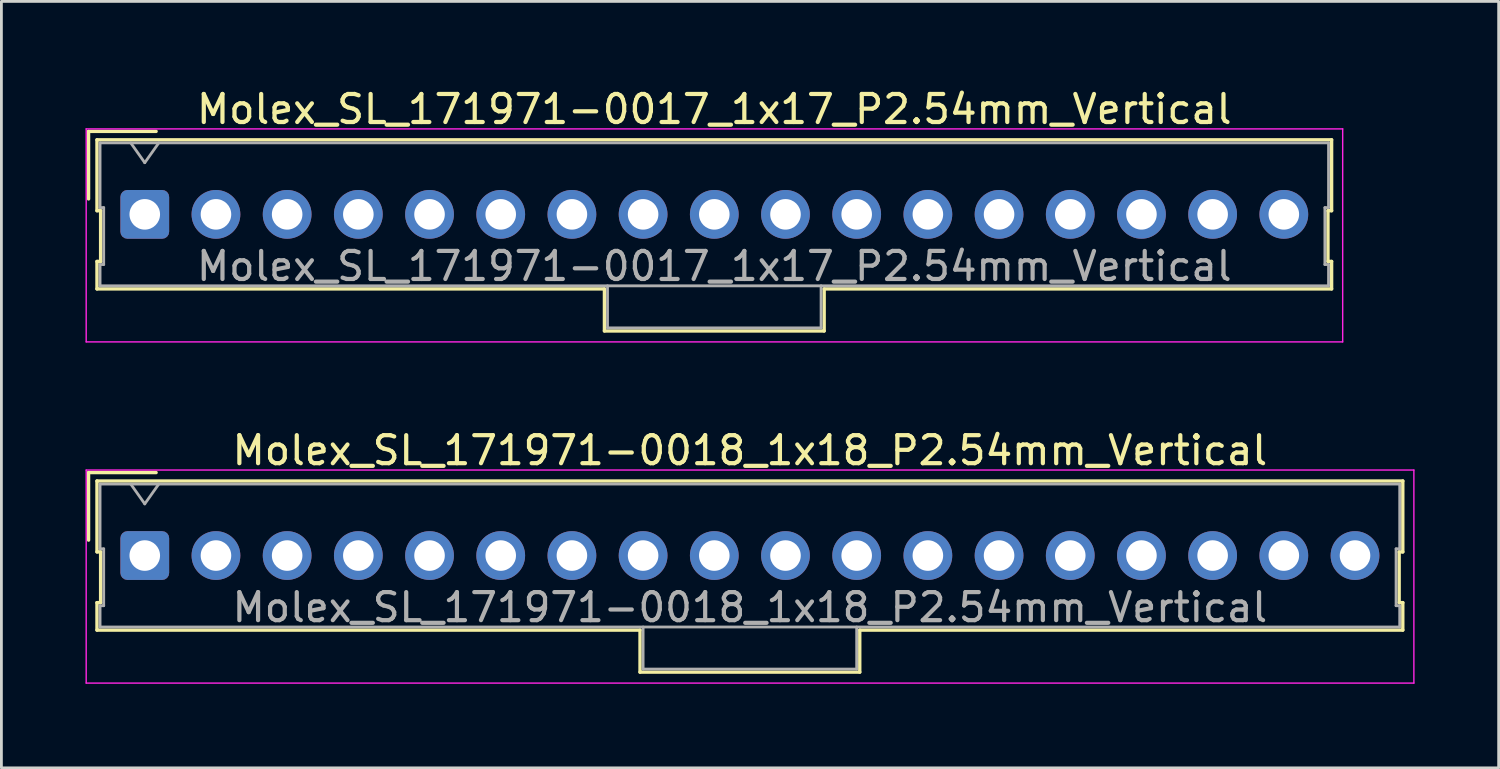
<source format=kicad_pcb>
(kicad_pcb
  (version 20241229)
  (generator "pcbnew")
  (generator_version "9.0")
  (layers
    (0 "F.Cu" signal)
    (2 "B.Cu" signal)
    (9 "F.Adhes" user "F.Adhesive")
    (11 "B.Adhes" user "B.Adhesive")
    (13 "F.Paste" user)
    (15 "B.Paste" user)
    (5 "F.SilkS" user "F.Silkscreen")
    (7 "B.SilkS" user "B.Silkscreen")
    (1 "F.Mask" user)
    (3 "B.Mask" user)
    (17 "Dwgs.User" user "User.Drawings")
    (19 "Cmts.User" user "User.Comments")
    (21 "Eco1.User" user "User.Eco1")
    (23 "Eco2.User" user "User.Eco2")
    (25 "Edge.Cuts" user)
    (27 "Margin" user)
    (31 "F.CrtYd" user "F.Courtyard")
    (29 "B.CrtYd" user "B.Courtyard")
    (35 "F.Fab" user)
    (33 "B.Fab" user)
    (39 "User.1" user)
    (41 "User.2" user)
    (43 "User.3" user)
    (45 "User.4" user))
  (footprint "Molex_SL_171971-0017_1x17_P2.54mm_Vertical"
    (layer "F.Cu")
    (at 2.115 4.598)
    (property "Reference" "Molex_SL_171971-0017_1x17_P2.54mm_Vertical" (at 20.32 -3.75 0) (layer "F.SilkS") (effects (font (size 1 1) (thickness 0.15))))
    (attr through_hole)
    (fp_line (start -2.005 -2.96) (end 0.405 -2.96) (stroke (width 0.12) (type solid)) (layer "F.SilkS"))
    (fp_line (start -2.005 -0.55) (end -2.005 -2.96) (stroke (width 0.12) (type solid)) (layer "F.SilkS"))
    (fp_line (start -1.705 -2.66) (end -1.705 -0.13) (stroke (width 0.12) (type solid)) (layer "F.SilkS"))
    (fp_line (start -1.705 -0.13) (end -1.575 -0.13) (stroke (width 0.12) (type solid)) (layer "F.SilkS"))
    (fp_line (start -1.705 1.68) (end -1.705 2.66) (stroke (width 0.12) (type solid)) (layer "F.SilkS"))
    (fp_line (start -1.705 2.66) (end 16.4 2.66) (stroke (width 0.12) (type solid)) (layer "F.SilkS"))
    (fp_line (start -1.575 -0.13) (end -1.575 1.68) (stroke (width 0.12) (type solid)) (layer "F.SilkS"))
    (fp_line (start -1.575 1.68) (end -1.705 1.68) (stroke (width 0.12) (type solid)) (layer "F.SilkS"))
    (fp_line (start 16.4 2.66) (end 16.4 4.16) (stroke (width 0.12) (type solid)) (layer "F.SilkS"))
    (fp_line (start 16.4 4.16) (end 24.24 4.16) (stroke (width 0.12) (type solid)) (layer "F.SilkS"))
    (fp_line (start 24.24 2.66) (end 42.345 2.66) (stroke (width 0.12) (type solid)) (layer "F.SilkS"))
    (fp_line (start 24.24 4.16) (end 24.24 2.66) (stroke (width 0.12) (type solid)) (layer "F.SilkS"))
    (fp_line (start 42.215 -0.13) (end 42.345 -0.13) (stroke (width 0.12) (type solid)) (layer "F.SilkS"))
    (fp_line (start 42.215 1.68) (end 42.215 -0.13) (stroke (width 0.12) (type solid)) (layer "F.SilkS"))
    (fp_line (start 42.345 -2.66) (end -1.705 -2.66) (stroke (width 0.12) (type solid)) (layer "F.SilkS"))
    (fp_line (start 42.345 -0.13) (end 42.345 -2.66) (stroke (width 0.12) (type solid)) (layer "F.SilkS"))
    (fp_line (start 42.345 1.68) (end 42.215 1.68) (stroke (width 0.12) (type solid)) (layer "F.SilkS"))
    (fp_line (start 42.345 2.66) (end 42.345 1.68) (stroke (width 0.12) (type solid)) (layer "F.SilkS"))
    (fp_line (start -2.09 -3.05) (end -2.09 4.55) (stroke (width 0.05) (type solid)) (layer "F.CrtYd"))
    (fp_line (start -2.09 4.55) (end 42.74 4.55) (stroke (width 0.05) (type solid)) (layer "F.CrtYd"))
    (fp_line (start 42.74 -3.05) (end -2.09 -3.05) (stroke (width 0.05) (type solid)) (layer "F.CrtYd"))
    (fp_line (start 42.74 4.55) (end 42.74 -3.05) (stroke (width 0.05) (type solid)) (layer "F.CrtYd"))
    (fp_line (start -1.595 -2.55) (end -1.595 -0.24) (stroke (width 0.1) (type solid)) (layer "F.Fab"))
    (fp_line (start -1.595 -0.24) (end -1.465 -0.24) (stroke (width 0.1) (type solid)) (layer "F.Fab"))
    (fp_line (start -1.595 1.79) (end -1.595 2.55) (stroke (width 0.1) (type solid)) (layer "F.Fab"))
    (fp_line (start -1.595 2.55) (end 42.235 2.55) (stroke (width 0.1) (type solid)) (layer "F.Fab"))
    (fp_line (start -1.465 -0.24) (end -1.465 1.79) (stroke (width 0.1) (type solid)) (layer "F.Fab"))
    (fp_line (start -1.465 1.79) (end -1.595 1.79) (stroke (width 0.1) (type solid)) (layer "F.Fab"))
    (fp_line (start 0 -1.843) (end -0.5 -2.55) (stroke (width 0.1) (type solid)) (layer "F.Fab"))
    (fp_line (start 0.5 -2.55) (end 0 -1.843) (stroke (width 0.1) (type solid)) (layer "F.Fab"))
    (fp_line (start 16.51 2.55) (end 16.51 4.05) (stroke (width 0.1) (type solid)) (layer "F.Fab"))
    (fp_line (start 16.51 4.05) (end 24.13 4.05) (stroke (width 0.1) (type solid)) (layer "F.Fab"))
    (fp_line (start 24.13 4.05) (end 24.13 2.55) (stroke (width 0.1) (type solid)) (layer "F.Fab"))
    (fp_line (start 42.105 -0.24) (end 42.235 -0.24) (stroke (width 0.1) (type solid)) (layer "F.Fab"))
    (fp_line (start 42.105 1.79) (end 42.105 -0.24) (stroke (width 0.1) (type solid)) (layer "F.Fab"))
    (fp_line (start 42.235 -2.55) (end -1.595 -2.55) (stroke (width 0.1) (type solid)) (layer "F.Fab"))
    (fp_line (start 42.235 -0.24) (end 42.235 -2.55) (stroke (width 0.1) (type solid)) (layer "F.Fab"))
    (fp_line (start 42.235 1.79) (end 42.105 1.79) (stroke (width 0.1) (type solid)) (layer "F.Fab"))
    (fp_line (start 42.235 2.55) (end 42.235 1.79) (stroke (width 0.1) (type solid)) (layer "F.Fab"))
    (fp_text user "${REFERENCE}" (at 20.32 1.85 0) (layer "F.Fab") (effects (font (size 1 1) (thickness 0.15))))
    (pad "1" thru_hole roundrect (at 0 0) (size 1.74 1.74) (drill 1.09) (layers "*.Cu" "*.Mask") (roundrect_rratio 0.144))
    (pad "2" thru_hole circle (at 2.54 0) (size 1.74 1.74) (drill 1.09) (layers "*.Cu" "*.Mask"))
    (pad "3" thru_hole circle (at 5.08 0) (size 1.74 1.74) (drill 1.09) (layers "*.Cu" "*.Mask"))
    (pad "4" thru_hole circle (at 7.62 0) (size 1.74 1.74) (drill 1.09) (layers "*.Cu" "*.Mask"))
    (pad "5" thru_hole circle (at 10.16 0) (size 1.74 1.74) (drill 1.09) (layers "*.Cu" "*.Mask"))
    (pad "6" thru_hole circle (at 12.7 0) (size 1.74 1.74) (drill 1.09) (layers "*.Cu" "*.Mask"))
    (pad "7" thru_hole circle (at 15.24 0) (size 1.74 1.74) (drill 1.09) (layers "*.Cu" "*.Mask"))
    (pad "8" thru_hole circle (at 17.78 0) (size 1.74 1.74) (drill 1.09) (layers "*.Cu" "*.Mask"))
    (pad "9" thru_hole circle (at 20.32 0) (size 1.74 1.74) (drill 1.09) (layers "*.Cu" "*.Mask"))
    (pad "10" thru_hole circle (at 22.86 0) (size 1.74 1.74) (drill 1.09) (layers "*.Cu" "*.Mask"))
    (pad "11" thru_hole circle (at 25.4 0) (size 1.74 1.74) (drill 1.09) (layers "*.Cu" "*.Mask"))
    (pad "12" thru_hole circle (at 27.94 0) (size 1.74 1.74) (drill 1.09) (layers "*.Cu" "*.Mask"))
    (pad "13" thru_hole circle (at 30.48 0) (size 1.74 1.74) (drill 1.09) (layers "*.Cu" "*.Mask"))
    (pad "14" thru_hole circle (at 33.02 0) (size 1.74 1.74) (drill 1.09) (layers "*.Cu" "*.Mask"))
    (pad "15" thru_hole circle (at 35.56 0) (size 1.74 1.74) (drill 1.09) (layers "*.Cu" "*.Mask"))
    (pad "16" thru_hole circle (at 38.1 0) (size 1.74 1.74) (drill 1.09) (layers "*.Cu" "*.Mask"))
    (pad "17" thru_hole circle (at 40.64 0) (size 1.74 1.74) (drill 1.09) (layers "*.Cu" "*.Mask")))
  (footprint "Molex_SL_171971-0018_1x18_P2.54mm_Vertical"
    (layer "F.Cu")
    (at 2.115 16.771)
    (property "Reference" "Molex_SL_171971-0018_1x18_P2.54mm_Vertical" (at 21.59 -3.75 0) (layer "F.SilkS") (effects (font (size 1 1) (thickness 0.15))))
    (attr through_hole)
    (fp_line (start -2.005 -2.96) (end 0.405 -2.96) (stroke (width 0.12) (type solid)) (layer "F.SilkS"))
    (fp_line (start -2.005 -0.55) (end -2.005 -2.96) (stroke (width 0.12) (type solid)) (layer "F.SilkS"))
    (fp_line (start -1.705 -2.66) (end -1.705 -0.13) (stroke (width 0.12) (type solid)) (layer "F.SilkS"))
    (fp_line (start -1.705 -0.13) (end -1.575 -0.13) (stroke (width 0.12) (type solid)) (layer "F.SilkS"))
    (fp_line (start -1.705 1.68) (end -1.705 2.66) (stroke (width 0.12) (type solid)) (layer "F.SilkS"))
    (fp_line (start -1.705 2.66) (end 17.67 2.66) (stroke (width 0.12) (type solid)) (layer "F.SilkS"))
    (fp_line (start -1.575 -0.13) (end -1.575 1.68) (stroke (width 0.12) (type solid)) (layer "F.SilkS"))
    (fp_line (start -1.575 1.68) (end -1.705 1.68) (stroke (width 0.12) (type solid)) (layer "F.SilkS"))
    (fp_line (start 17.67 2.66) (end 17.67 4.16) (stroke (width 0.12) (type solid)) (layer "F.SilkS"))
    (fp_line (start 17.67 4.16) (end 25.51 4.16) (stroke (width 0.12) (type solid)) (layer "F.SilkS"))
    (fp_line (start 25.51 2.66) (end 44.885 2.66) (stroke (width 0.12) (type solid)) (layer "F.SilkS"))
    (fp_line (start 25.51 4.16) (end 25.51 2.66) (stroke (width 0.12) (type solid)) (layer "F.SilkS"))
    (fp_line (start 44.755 -0.13) (end 44.885 -0.13) (stroke (width 0.12) (type solid)) (layer "F.SilkS"))
    (fp_line (start 44.755 1.68) (end 44.755 -0.13) (stroke (width 0.12) (type solid)) (layer "F.SilkS"))
    (fp_line (start 44.885 -2.66) (end -1.705 -2.66) (stroke (width 0.12) (type solid)) (layer "F.SilkS"))
    (fp_line (start 44.885 -0.13) (end 44.885 -2.66) (stroke (width 0.12) (type solid)) (layer "F.SilkS"))
    (fp_line (start 44.885 1.68) (end 44.755 1.68) (stroke (width 0.12) (type solid)) (layer "F.SilkS"))
    (fp_line (start 44.885 2.66) (end 44.885 1.68) (stroke (width 0.12) (type solid)) (layer "F.SilkS"))
    (fp_line (start -2.09 -3.05) (end -2.09 4.55) (stroke (width 0.05) (type solid)) (layer "F.CrtYd"))
    (fp_line (start -2.09 4.55) (end 45.28 4.55) (stroke (width 0.05) (type solid)) (layer "F.CrtYd"))
    (fp_line (start 45.28 -3.05) (end -2.09 -3.05) (stroke (width 0.05) (type solid)) (layer "F.CrtYd"))
    (fp_line (start 45.28 4.55) (end 45.28 -3.05) (stroke (width 0.05) (type solid)) (layer "F.CrtYd"))
    (fp_line (start -1.595 -2.55) (end -1.595 -0.24) (stroke (width 0.1) (type solid)) (layer "F.Fab"))
    (fp_line (start -1.595 -0.24) (end -1.465 -0.24) (stroke (width 0.1) (type solid)) (layer "F.Fab"))
    (fp_line (start -1.595 1.79) (end -1.595 2.55) (stroke (width 0.1) (type solid)) (layer "F.Fab"))
    (fp_line (start -1.595 2.55) (end 44.775 2.55) (stroke (width 0.1) (type solid)) (layer "F.Fab"))
    (fp_line (start -1.465 -0.24) (end -1.465 1.79) (stroke (width 0.1) (type solid)) (layer "F.Fab"))
    (fp_line (start -1.465 1.79) (end -1.595 1.79) (stroke (width 0.1) (type solid)) (layer "F.Fab"))
    (fp_line (start 0 -1.843) (end -0.5 -2.55) (stroke (width 0.1) (type solid)) (layer "F.Fab"))
    (fp_line (start 0.5 -2.55) (end 0 -1.843) (stroke (width 0.1) (type solid)) (layer "F.Fab"))
    (fp_line (start 17.78 2.55) (end 17.78 4.05) (stroke (width 0.1) (type solid)) (layer "F.Fab"))
    (fp_line (start 17.78 4.05) (end 25.4 4.05) (stroke (width 0.1) (type solid)) (layer "F.Fab"))
    (fp_line (start 25.4 4.05) (end 25.4 2.55) (stroke (width 0.1) (type solid)) (layer "F.Fab"))
    (fp_line (start 44.645 -0.24) (end 44.775 -0.24) (stroke (width 0.1) (type solid)) (layer "F.Fab"))
    (fp_line (start 44.645 1.79) (end 44.645 -0.24) (stroke (width 0.1) (type solid)) (layer "F.Fab"))
    (fp_line (start 44.775 -2.55) (end -1.595 -2.55) (stroke (width 0.1) (type solid)) (layer "F.Fab"))
    (fp_line (start 44.775 -0.24) (end 44.775 -2.55) (stroke (width 0.1) (type solid)) (layer "F.Fab"))
    (fp_line (start 44.775 1.79) (end 44.645 1.79) (stroke (width 0.1) (type solid)) (layer "F.Fab"))
    (fp_line (start 44.775 2.55) (end 44.775 1.79) (stroke (width 0.1) (type solid)) (layer "F.Fab"))
    (fp_text user "${REFERENCE}" (at 21.59 1.85 0) (layer "F.Fab") (effects (font (size 1 1) (thickness 0.15))))
    (pad "1" thru_hole roundrect (at 0 0) (size 1.74 1.74) (drill 1.09) (layers "*.Cu" "*.Mask") (roundrect_rratio 0.144))
    (pad "2" thru_hole circle (at 2.54 0) (size 1.74 1.74) (drill 1.09) (layers "*.Cu" "*.Mask"))
    (pad "3" thru_hole circle (at 5.08 0) (size 1.74 1.74) (drill 1.09) (layers "*.Cu" "*.Mask"))
    (pad "4" thru_hole circle (at 7.62 0) (size 1.74 1.74) (drill 1.09) (layers "*.Cu" "*.Mask"))
    (pad "5" thru_hole circle (at 10.16 0) (size 1.74 1.74) (drill 1.09) (layers "*.Cu" "*.Mask"))
    (pad "6" thru_hole circle (at 12.7 0) (size 1.74 1.74) (drill 1.09) (layers "*.Cu" "*.Mask"))
    (pad "7" thru_hole circle (at 15.24 0) (size 1.74 1.74) (drill 1.09) (layers "*.Cu" "*.Mask"))
    (pad "8" thru_hole circle (at 17.78 0) (size 1.74 1.74) (drill 1.09) (layers "*.Cu" "*.Mask"))
    (pad "9" thru_hole circle (at 20.32 0) (size 1.74 1.74) (drill 1.09) (layers "*.Cu" "*.Mask"))
    (pad "10" thru_hole circle (at 22.86 0) (size 1.74 1.74) (drill 1.09) (layers "*.Cu" "*.Mask"))
    (pad "11" thru_hole circle (at 25.4 0) (size 1.74 1.74) (drill 1.09) (layers "*.Cu" "*.Mask"))
    (pad "12" thru_hole circle (at 27.94 0) (size 1.74 1.74) (drill 1.09) (layers "*.Cu" "*.Mask"))
    (pad "13" thru_hole circle (at 30.48 0) (size 1.74 1.74) (drill 1.09) (layers "*.Cu" "*.Mask"))
    (pad "14" thru_hole circle (at 33.02 0) (size 1.74 1.74) (drill 1.09) (layers "*.Cu" "*.Mask"))
    (pad "15" thru_hole circle (at 35.56 0) (size 1.74 1.74) (drill 1.09) (layers "*.Cu" "*.Mask"))
    (pad "16" thru_hole circle (at 38.1 0) (size 1.74 1.74) (drill 1.09) (layers "*.Cu" "*.Mask"))
    (pad "17" thru_hole circle (at 40.64 0) (size 1.74 1.74) (drill 1.09) (layers "*.Cu" "*.Mask"))
    (pad "18" thru_hole circle (at 43.18 0) (size 1.74 1.74) (drill 1.09) (layers "*.Cu" "*.Mask")))
  (gr_rect
    (start -3 -3)
    (end 50.42 24.346)
    (stroke (width 0.1) (type default))
    (fill no)
    (layer "Edge.Cuts")))
</source>
